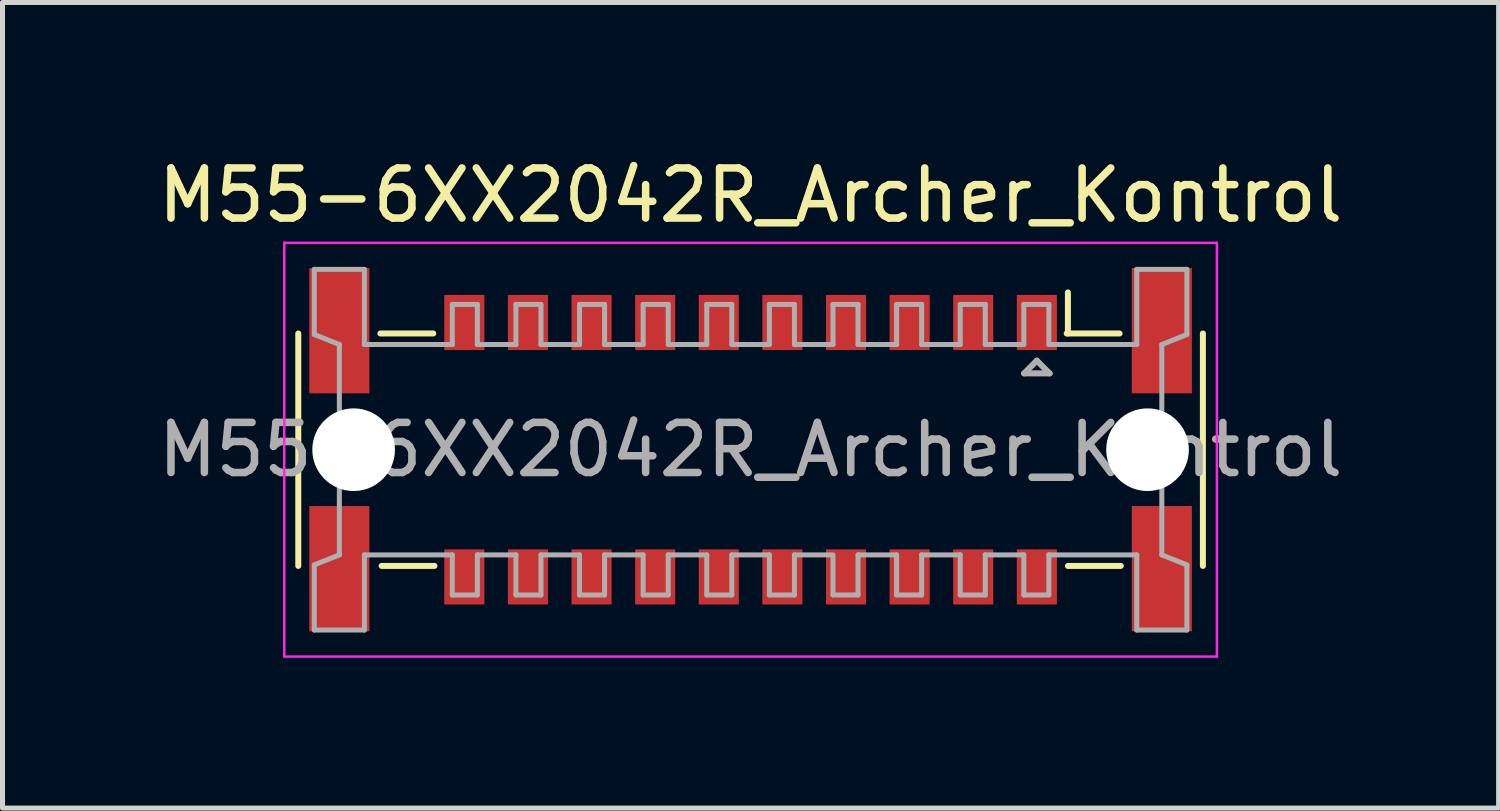
<source format=kicad_pcb>
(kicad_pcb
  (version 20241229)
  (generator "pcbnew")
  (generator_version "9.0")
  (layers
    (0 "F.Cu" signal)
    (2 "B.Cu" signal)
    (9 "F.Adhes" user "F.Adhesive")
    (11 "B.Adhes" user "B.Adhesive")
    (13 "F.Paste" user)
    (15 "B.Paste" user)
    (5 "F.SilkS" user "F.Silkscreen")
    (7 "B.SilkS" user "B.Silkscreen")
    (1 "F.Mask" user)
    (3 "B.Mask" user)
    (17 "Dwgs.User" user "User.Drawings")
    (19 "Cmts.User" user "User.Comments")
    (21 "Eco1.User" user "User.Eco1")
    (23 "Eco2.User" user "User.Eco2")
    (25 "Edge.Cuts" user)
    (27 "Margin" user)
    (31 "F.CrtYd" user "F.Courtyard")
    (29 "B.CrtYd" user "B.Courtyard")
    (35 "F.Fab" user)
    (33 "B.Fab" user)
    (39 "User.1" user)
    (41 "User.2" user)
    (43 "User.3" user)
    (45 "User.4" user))
  (footprint "M55-6XX2042R_Archer_Kontrol"
    (layer "F.Cu")
    (at 11.935 5.928)
    (property "Reference" "M55-6XX2042R_Archer_Kontrol" (at 0 -5.08 0) (layer "F.SilkS") (effects (font (size 1 1) (thickness 0.15))))
    (attr smd)
    (fp_line (start -9.03 -2.32) (end -9.03 2.32) (stroke (width 0.12) (type solid)) (layer "F.SilkS"))
    (fp_line (start -7.39 -2.32) (end -6.335 -2.32) (stroke (width 0.12) (type solid)) (layer "F.SilkS"))
    (fp_line (start -7.366 2.32) (end -6.311 2.32) (stroke (width 0.12) (type solid)) (layer "F.SilkS"))
    (fp_line (start 6.335 -2.32) (end 6.335 -3.14) (stroke (width 0.12) (type solid)) (layer "F.SilkS"))
    (fp_line (start 7.366 -2.32) (end 6.311 -2.32) (stroke (width 0.12) (type solid)) (layer "F.SilkS"))
    (fp_line (start 7.39 2.32) (end 6.335 2.32) (stroke (width 0.12) (type solid)) (layer "F.SilkS"))
    (fp_line (start 9.03 2.32) (end 9.03 -2.32) (stroke (width 0.12) (type solid)) (layer "F.SilkS"))
    (fp_line (start -9.31 -4.13) (end 9.31 -4.13) (stroke (width 0.05) (type solid)) (layer "F.CrtYd"))
    (fp_line (start -9.31 4.13) (end -9.31 -4.13) (stroke (width 0.05) (type solid)) (layer "F.CrtYd"))
    (fp_line (start 9.31 -4.13) (end 9.31 4.13) (stroke (width 0.05) (type solid)) (layer "F.CrtYd"))
    (fp_line (start 9.31 4.13) (end -9.31 4.13) (stroke (width 0.05) (type solid)) (layer "F.CrtYd"))
    (fp_line (start -8.71 -3.6) (end -8.71 -2.3) (stroke (width 0.1) (type solid)) (layer "F.Fab"))
    (fp_line (start -8.71 -2.3) (end -8.21 -2.1) (stroke (width 0.1) (type solid)) (layer "F.Fab"))
    (fp_line (start -8.71 2.3) (end -8.21 2.1) (stroke (width 0.1) (type solid)) (layer "F.Fab"))
    (fp_line (start -8.71 3.6) (end -8.71 2.3) (stroke (width 0.1) (type solid)) (layer "F.Fab"))
    (fp_line (start -8.21 2.1) (end -8.21 -2.1) (stroke (width 0.1) (type solid)) (layer "F.Fab"))
    (fp_line (start -7.71 -3.6) (end -8.71 -3.6) (stroke (width 0.1) (type solid)) (layer "F.Fab"))
    (fp_line (start -7.71 -2.1) (end -7.71 -3.6) (stroke (width 0.1) (type solid)) (layer "F.Fab"))
    (fp_line (start -7.71 -2.1) (end -5.955 -2.1) (stroke (width 0.1) (type solid)) (layer "F.Fab"))
    (fp_line (start -7.71 2.1) (end -7.71 3.6) (stroke (width 0.1) (type solid)) (layer "F.Fab"))
    (fp_line (start -7.71 3.6) (end -8.71 3.6) (stroke (width 0.1) (type solid)) (layer "F.Fab"))
    (fp_line (start -5.955 -2.9) (end -5.455 -2.9) (stroke (width 0.1) (type solid)) (layer "F.Fab"))
    (fp_line (start -5.955 -2.1) (end -5.955 -2.9) (stroke (width 0.1) (type solid)) (layer "F.Fab"))
    (fp_line (start -5.955 2.1) (end -7.71 2.1) (stroke (width 0.1) (type solid)) (layer "F.Fab"))
    (fp_line (start -5.955 2.9) (end -5.955 2.1) (stroke (width 0.1) (type solid)) (layer "F.Fab"))
    (fp_line (start -5.455 -2.9) (end -5.455 -2.1) (stroke (width 0.1) (type solid)) (layer "F.Fab"))
    (fp_line (start -5.455 -2.1) (end -4.685 -2.1) (stroke (width 0.1) (type solid)) (layer "F.Fab"))
    (fp_line (start -5.455 2.1) (end -5.455 2.9) (stroke (width 0.1) (type solid)) (layer "F.Fab"))
    (fp_line (start -5.455 2.9) (end -5.955 2.9) (stroke (width 0.1) (type solid)) (layer "F.Fab"))
    (fp_line (start -4.685 -2.9) (end -4.186 -2.9) (stroke (width 0.1) (type solid)) (layer "F.Fab"))
    (fp_line (start -4.685 -2.1) (end -4.685 -2.9) (stroke (width 0.1) (type solid)) (layer "F.Fab"))
    (fp_line (start -4.685 2.1) (end -5.455 2.1) (stroke (width 0.1) (type solid)) (layer "F.Fab"))
    (fp_line (start -4.685 2.9) (end -4.685 2.1) (stroke (width 0.1) (type solid)) (layer "F.Fab"))
    (fp_line (start -4.185 -2.9) (end -4.185 -2.1) (stroke (width 0.1) (type solid)) (layer "F.Fab"))
    (fp_line (start -4.185 -2.1) (end -3.415 -2.1) (stroke (width 0.1) (type solid)) (layer "F.Fab"))
    (fp_line (start -4.185 2.1) (end -4.185 2.9) (stroke (width 0.1) (type solid)) (layer "F.Fab"))
    (fp_line (start -4.185 2.9) (end -4.685 2.9) (stroke (width 0.1) (type solid)) (layer "F.Fab"))
    (fp_line (start -3.415 -2.9) (end -2.915 -2.9) (stroke (width 0.1) (type solid)) (layer "F.Fab"))
    (fp_line (start -3.415 -2.1) (end -3.415 -2.9) (stroke (width 0.1) (type solid)) (layer "F.Fab"))
    (fp_line (start -3.415 2.1) (end -4.185 2.1) (stroke (width 0.1) (type solid)) (layer "F.Fab"))
    (fp_line (start -3.415 2.9) (end -3.415 2.1) (stroke (width 0.1) (type solid)) (layer "F.Fab"))
    (fp_line (start -2.915 -2.9) (end -2.915 -2.1) (stroke (width 0.1) (type solid)) (layer "F.Fab"))
    (fp_line (start -2.915 -2.1) (end -2.145 -2.1) (stroke (width 0.1) (type solid)) (layer "F.Fab"))
    (fp_line (start -2.915 2.1) (end -2.915 2.9) (stroke (width 0.1) (type solid)) (layer "F.Fab"))
    (fp_line (start -2.915 2.9) (end -3.415 2.9) (stroke (width 0.1) (type solid)) (layer "F.Fab"))
    (fp_line (start -2.145 -2.9) (end -1.645 -2.9) (stroke (width 0.1) (type solid)) (layer "F.Fab"))
    (fp_line (start -2.145 -2.1) (end -2.145 -2.9) (stroke (width 0.1) (type solid)) (layer "F.Fab"))
    (fp_line (start -2.145 2.1) (end -2.915 2.1) (stroke (width 0.1) (type solid)) (layer "F.Fab"))
    (fp_line (start -2.145 2.1) (end -2.145 2.9) (stroke (width 0.1) (type solid)) (layer "F.Fab"))
    (fp_line (start -1.645 -2.9) (end -1.645 -2.145) (stroke (width 0.1) (type solid)) (layer "F.Fab"))
    (fp_line (start -1.645 -2.1) (end -0.875 -2.1) (stroke (width 0.1) (type solid)) (layer "F.Fab"))
    (fp_line (start -1.645 2.1) (end -1.645 2.9) (stroke (width 0.1) (type solid)) (layer "F.Fab"))
    (fp_line (start -1.645 2.9) (end -2.145 2.9) (stroke (width 0.1) (type solid)) (layer "F.Fab"))
    (fp_line (start -0.875 -2.9) (end -0.375 -2.9) (stroke (width 0.1) (type solid)) (layer "F.Fab"))
    (fp_line (start -0.875 -2.1) (end -0.875 -2.9) (stroke (width 0.1) (type solid)) (layer "F.Fab"))
    (fp_line (start -0.875 2.1) (end -1.645 2.1) (stroke (width 0.1) (type solid)) (layer "F.Fab"))
    (fp_line (start -0.875 2.9) (end -0.875 2.1) (stroke (width 0.1) (type solid)) (layer "F.Fab"))
    (fp_line (start -0.375 -2.9) (end -0.375 -2.1) (stroke (width 0.1) (type solid)) (layer "F.Fab"))
    (fp_line (start -0.375 -2.1) (end 0.375 -2.1) (stroke (width 0.1) (type solid)) (layer "F.Fab"))
    (fp_line (start -0.375 2.1) (end -0.375 2.9) (stroke (width 0.1) (type solid)) (layer "F.Fab"))
    (fp_line (start -0.375 2.9) (end -0.875 2.9) (stroke (width 0.1) (type solid)) (layer "F.Fab"))
    (fp_line (start 0.375 -2.9) (end 0.875 -2.9) (stroke (width 0.1) (type solid)) (layer "F.Fab"))
    (fp_line (start 0.375 -2.1) (end 0.375 -2.9) (stroke (width 0.1) (type solid)) (layer "F.Fab"))
    (fp_line (start 0.375 2.1) (end -0.375 2.1) (stroke (width 0.1) (type solid)) (layer "F.Fab"))
    (fp_line (start 0.375 2.9) (end 0.375 2.1) (stroke (width 0.1) (type solid)) (layer "F.Fab"))
    (fp_line (start 0.875 -2.9) (end 0.875 -2.1) (stroke (width 0.1) (type solid)) (layer "F.Fab"))
    (fp_line (start 0.875 -2.1) (end 1.645 -2.1) (stroke (width 0.1) (type solid)) (layer "F.Fab"))
    (fp_line (start 0.875 2.1) (end 0.875 2.9) (stroke (width 0.1) (type solid)) (layer "F.Fab"))
    (fp_line (start 0.875 2.9) (end 0.375 2.9) (stroke (width 0.1) (type solid)) (layer "F.Fab"))
    (fp_line (start 1.645 -2.9) (end 2.145 -2.9) (stroke (width 0.1) (type solid)) (layer "F.Fab"))
    (fp_line (start 1.645 -2.1) (end 1.645 -2.9) (stroke (width 0.1) (type solid)) (layer "F.Fab"))
    (fp_line (start 1.645 2.1) (end 0.875 2.1) (stroke (width 0.1) (type solid)) (layer "F.Fab"))
    (fp_line (start 1.645 2.9) (end 1.645 2.145) (stroke (width 0.1) (type solid)) (layer "F.Fab"))
    (fp_line (start 2.145 -2.1) (end 2.145 -2.9) (stroke (width 0.1) (type solid)) (layer "F.Fab"))
    (fp_line (start 2.145 -2.1) (end 2.915 -2.1) (stroke (width 0.1) (type solid)) (layer "F.Fab"))
    (fp_line (start 2.145 2.1) (end 2.145 2.9) (stroke (width 0.1) (type solid)) (layer "F.Fab"))
    (fp_line (start 2.145 2.9) (end 1.645 2.9) (stroke (width 0.1) (type solid)) (layer "F.Fab"))
    (fp_line (start 2.915 -2.9) (end 3.415 -2.9) (stroke (width 0.1) (type solid)) (layer "F.Fab"))
    (fp_line (start 2.915 -2.1) (end 2.915 -2.9) (stroke (width 0.1) (type solid)) (layer "F.Fab"))
    (fp_line (start 2.915 2.1) (end 2.145 2.1) (stroke (width 0.1) (type solid)) (layer "F.Fab"))
    (fp_line (start 2.915 2.9) (end 2.915 2.1) (stroke (width 0.1) (type solid)) (layer "F.Fab"))
    (fp_line (start 3.415 -2.9) (end 3.415 -2.1) (stroke (width 0.1) (type solid)) (layer "F.Fab"))
    (fp_line (start 3.415 -2.1) (end 4.185 -2.1) (stroke (width 0.1) (type solid)) (layer "F.Fab"))
    (fp_line (start 3.415 2.1) (end 3.415 2.9) (stroke (width 0.1) (type solid)) (layer "F.Fab"))
    (fp_line (start 3.415 2.9) (end 2.915 2.9) (stroke (width 0.1) (type solid)) (layer "F.Fab"))
    (fp_line (start 4.185 -2.9) (end 4.685 -2.9) (stroke (width 0.1) (type solid)) (layer "F.Fab"))
    (fp_line (start 4.185 -2.1) (end 4.185 -2.9) (stroke (width 0.1) (type solid)) (layer "F.Fab"))
    (fp_line (start 4.185 2.1) (end 3.415 2.1) (stroke (width 0.1) (type solid)) (layer "F.Fab"))
    (fp_line (start 4.185 2.9) (end 4.185 2.1) (stroke (width 0.1) (type solid)) (layer "F.Fab"))
    (fp_line (start 4.685 -2.9) (end 4.685 -2.1) (stroke (width 0.1) (type solid)) (layer "F.Fab"))
    (fp_line (start 4.685 -2.1) (end 5.455 -2.1) (stroke (width 0.1) (type solid)) (layer "F.Fab"))
    (fp_line (start 4.685 2.1) (end 4.685 2.9) (stroke (width 0.1) (type solid)) (layer "F.Fab"))
    (fp_line (start 4.685 2.9) (end 4.186 2.9) (stroke (width 0.1) (type solid)) (layer "F.Fab"))
    (fp_line (start 5.455 -2.9) (end 5.955 -2.9) (stroke (width 0.1) (type solid)) (layer "F.Fab"))
    (fp_line (start 5.455 -2.1) (end 5.455 -2.9) (stroke (width 0.1) (type solid)) (layer "F.Fab"))
    (fp_line (start 5.455 2.1) (end 4.685 2.1) (stroke (width 0.1) (type solid)) (layer "F.Fab"))
    (fp_line (start 5.455 2.9) (end 5.455 2.1) (stroke (width 0.1) (type solid)) (layer "F.Fab"))
    (fp_line (start 5.461 -1.524) (end 5.715 -1.778) (stroke (width 0.12) (type solid)) (layer "F.Fab"))
    (fp_line (start 5.715 -1.778) (end 5.969 -1.524) (stroke (width 0.12) (type solid)) (layer "F.Fab"))
    (fp_line (start 5.955 -2.9) (end 5.955 -2.1) (stroke (width 0.1) (type solid)) (layer "F.Fab"))
    (fp_line (start 5.955 -2.1) (end 7.71 -2.1) (stroke (width 0.1) (type solid)) (layer "F.Fab"))
    (fp_line (start 5.955 2.1) (end 5.955 2.9) (stroke (width 0.1) (type solid)) (layer "F.Fab"))
    (fp_line (start 5.955 2.9) (end 5.455 2.9) (stroke (width 0.1) (type solid)) (layer "F.Fab"))
    (fp_line (start 5.969 -1.524) (end 5.461 -1.524) (stroke (width 0.12) (type solid)) (layer "F.Fab"))
    (fp_line (start 7.71 -3.6) (end 8.71 -3.6) (stroke (width 0.1) (type solid)) (layer "F.Fab"))
    (fp_line (start 7.71 -2.1) (end 7.71 -3.6) (stroke (width 0.1) (type solid)) (layer "F.Fab"))
    (fp_line (start 7.71 2.1) (end 5.955 2.1) (stroke (width 0.1) (type solid)) (layer "F.Fab"))
    (fp_line (start 7.71 2.1) (end 7.71 3.6) (stroke (width 0.1) (type solid)) (layer "F.Fab"))
    (fp_line (start 7.71 3.6) (end 8.71 3.6) (stroke (width 0.1) (type solid)) (layer "F.Fab"))
    (fp_line (start 8.21 -2.1) (end 8.21 2.1) (stroke (width 0.1) (type solid)) (layer "F.Fab"))
    (fp_line (start 8.71 -3.6) (end 8.71 -2.3) (stroke (width 0.1) (type solid)) (layer "F.Fab"))
    (fp_line (start 8.71 -2.3) (end 8.21 -2.1) (stroke (width 0.1) (type solid)) (layer "F.Fab"))
    (fp_line (start 8.71 2.3) (end 8.21 2.1) (stroke (width 0.1) (type solid)) (layer "F.Fab"))
    (fp_line (start 8.71 3.6) (end 8.71 2.3) (stroke (width 0.1) (type solid)) (layer "F.Fab"))
    (fp_text user "${REFERENCE}" (at 0 0 0) (layer "F.Fab") (effects (font (size 1 1) (thickness 0.15))))
    (pad "" smd rect (at -8.21 -2.375) (size 1.2 2.5) (layers "F.Cu" "F.Mask" "F.Paste"))
    (pad "" smd rect (at -8.21 2.375) (size 1.2 2.5) (layers "F.Cu" "F.Mask" "F.Paste"))
    (pad "" np_thru_hole circle (at -7.925 0) (size 1.65 1.65) (drill 1.65) (layers "*.Cu" "*.Mask"))
    (pad "" np_thru_hole circle (at 7.925 0) (size 1.65 1.65) (drill 1.65) (layers "*.Cu" "*.Mask"))
    (pad "" smd rect (at 8.21 -2.375) (size 1.2 2.5) (layers "F.Cu" "F.Mask" "F.Paste"))
    (pad "" smd rect (at 8.21 2.375) (size 1.2 2.5) (layers "F.Cu" "F.Mask" "F.Paste"))
    (pad "1" smd rect (at 5.715 -2.54) (size 0.8 1.1) (layers "F.Cu" "F.Mask" "F.Paste"))
    (pad "2" smd rect (at 5.715 2.54) (size 0.8 1.1) (layers "F.Cu" "F.Mask" "F.Paste"))
    (pad "3" smd rect (at 4.445 -2.54) (size 0.8 1.1) (layers "F.Cu" "F.Mask" "F.Paste"))
    (pad "4" smd rect (at 4.445 2.54) (size 0.8 1.1) (layers "F.Cu" "F.Mask" "F.Paste"))
    (pad "5" smd rect (at 3.175 -2.54) (size 0.8 1.1) (layers "F.Cu" "F.Mask" "F.Paste"))
    (pad "6" smd rect (at 3.175 2.54) (size 0.8 1.1) (layers "F.Cu" "F.Mask" "F.Paste"))
    (pad "7" smd rect (at 1.905 -2.54) (size 0.8 1.1) (layers "F.Cu" "F.Mask" "F.Paste"))
    (pad "8" smd rect (at 1.905 2.54) (size 0.8 1.1) (layers "F.Cu" "F.Mask" "F.Paste"))
    (pad "9" smd rect (at 0.635 -2.54) (size 0.8 1.1) (layers "F.Cu" "F.Mask" "F.Paste"))
    (pad "10" smd rect (at 0.635 2.54) (size 0.8 1.1) (layers "F.Cu" "F.Mask" "F.Paste"))
    (pad "11" smd rect (at -0.635 -2.54) (size 0.8 1.1) (layers "F.Cu" "F.Mask" "F.Paste"))
    (pad "12" smd rect (at -0.635 2.54) (size 0.8 1.1) (layers "F.Cu" "F.Mask" "F.Paste"))
    (pad "13" smd rect (at -1.905 -2.54) (size 0.8 1.1) (layers "F.Cu" "F.Mask" "F.Paste"))
    (pad "14" smd rect (at -1.905 2.54) (size 0.8 1.1) (layers "F.Cu" "F.Mask" "F.Paste"))
    (pad "15" smd rect (at -3.175 -2.54) (size 0.8 1.1) (layers "F.Cu" "F.Mask" "F.Paste"))
    (pad "16" smd rect (at -3.175 2.54) (size 0.8 1.1) (layers "F.Cu" "F.Mask" "F.Paste"))
    (pad "17" smd rect (at -4.445 -2.54) (size 0.8 1.1) (layers "F.Cu" "F.Mask" "F.Paste"))
    (pad "18" smd rect (at -4.445 2.54) (size 0.8 1.1) (layers "F.Cu" "F.Mask" "F.Paste"))
    (pad "19" smd rect (at -5.715 -2.54) (size 0.8 1.1) (layers "F.Cu" "F.Mask" "F.Paste"))
    (pad "20" smd rect (at -5.715 2.54) (size 0.8 1.1) (layers "F.Cu" "F.Mask" "F.Paste")))
  (gr_rect
    (start -3 -3)
    (end 26.869 13.083)
    (stroke (width 0.1) (type default))
    (fill no)
    (layer "Edge.Cuts")))
</source>
